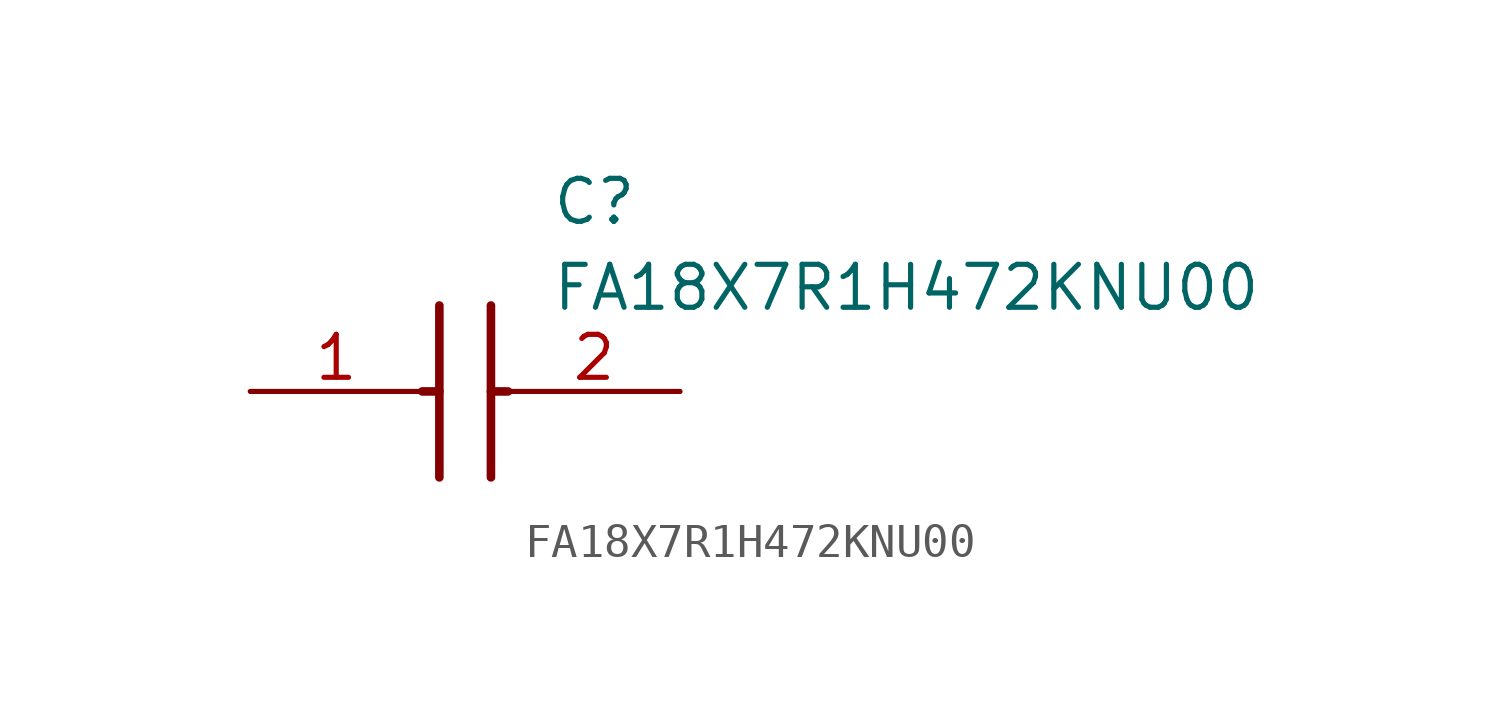
<source format=kicad_sym>
(kicad_symbol_lib
  (version 20211014)
  (generator SamacSys_ECAD_Model)
  (symbol "FA18X7R1H472KNU00"
    (pin_names hide)
    (property "Reference" "C"
      (at 8.89 6.35 0)
      (effects (font (size 1.27 1.27)) (justify left top)))
    (property "Value" "FA18X7R1H472KNU00"
      (at 8.89 3.81 0)
      (effects (font (size 1.27 1.27)) (justify left top)))
    (polyline
      (pts (xy 5.588 2.54) (xy 5.588 -2.54))
      (stroke (width 0.254) (type default))
      (fill (type none)))
    (polyline
      (pts (xy 7.112 2.54) (xy 7.112 -2.54))
      (stroke (width 0.254) (type default))
      (fill (type none)))
    (polyline
      (pts (xy 5.08 0) (xy 5.588 0))
      (stroke (width 0.254) (type default))
      (fill (type none)))
    (polyline
      (pts (xy 7.112 0) (xy 7.62 0))
      (stroke (width 0.254) (type default))
      (fill (type none)))
    (pin passive line
      (at 0 0 0)
      (length 5.08)
      (name "1" (effects (font (size 1.27 1.27))))
      (number "1" (effects (font (size 1.27 1.27)))))
    (pin passive line
      (at 12.7 0 180)
      (length 5.08)
      (name "2" (effects (font (size 1.27 1.27))))
      (number "2" (effects (font (size 1.27 1.27)))))))
</source>
